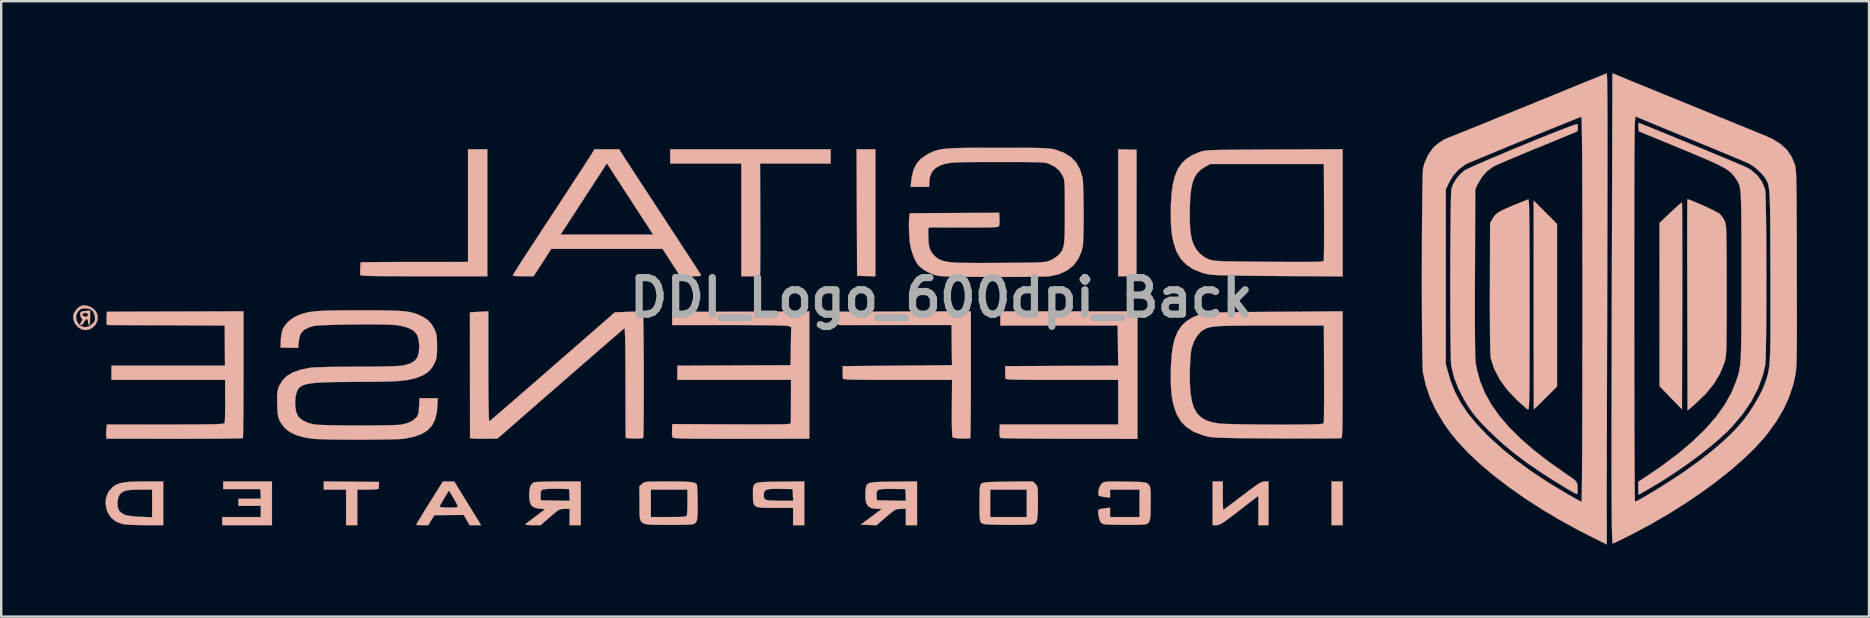
<source format=kicad_pcb>
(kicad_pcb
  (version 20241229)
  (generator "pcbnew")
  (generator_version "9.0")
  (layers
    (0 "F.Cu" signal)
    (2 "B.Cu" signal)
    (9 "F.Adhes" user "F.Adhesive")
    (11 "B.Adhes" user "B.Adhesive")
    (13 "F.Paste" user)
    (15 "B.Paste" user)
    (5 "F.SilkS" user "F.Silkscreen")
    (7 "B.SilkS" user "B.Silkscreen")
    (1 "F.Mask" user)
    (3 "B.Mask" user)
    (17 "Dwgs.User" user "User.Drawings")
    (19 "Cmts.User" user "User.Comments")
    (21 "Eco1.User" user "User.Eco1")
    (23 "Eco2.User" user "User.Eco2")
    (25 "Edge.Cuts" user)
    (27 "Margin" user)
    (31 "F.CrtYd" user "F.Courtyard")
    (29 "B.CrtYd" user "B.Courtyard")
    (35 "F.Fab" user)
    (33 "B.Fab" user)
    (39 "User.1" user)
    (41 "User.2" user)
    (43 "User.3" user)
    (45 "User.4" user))
  (footprint "DDI_Logo_600dpi_Back"
    (layer "F.Cu")
    (at 36.175 9.352)
    (property "Reference" "DDI_Logo_600dpi_Back" (at 0 0 0) (layer "F.Fab") (effects (font (size 1.524 1.524) (thickness 0.3))))
    (attr through_hole)
    (fp_poly (pts (xy 16.262 9.482) (xy 16.727 9.482) (xy 16.727 7.662) (xy 16.262 7.662) (xy 16.262 9.482)) (stroke (width 0.01) (type solid)) (fill yes) (layer "B.SilkS"))
    (fp_poly (pts (xy -3.518 -3.546) (xy -3.507 -0.91) (xy -3.127 -0.898) (xy -2.746 -0.886) (xy -2.746 -6.181) (xy -3.529 -6.181) (xy -3.518 -3.546)) (stroke (width 0.01) (type solid)) (fill yes) (layer "B.SilkS"))
    (fp_poly (pts (xy -29.924 7.821) (xy -29.924 7.979) (xy -28.379 7.979) (xy -28.366 8.181) (xy -28.353 8.382) (xy -29.289 8.382) (xy -29.289 8.678) (xy -28.358 8.678) (xy -28.358 9.144) (xy -29.966 9.144) (xy -29.966 9.482) (xy -27.892 9.482) (xy -27.892 7.662) (xy -29.924 7.662) (xy -29.924 7.821)) (stroke (width 0.01) (type solid)) (fill yes) (layer "B.SilkS"))
    (fp_poly (pts (xy -25.733 8.001) (xy -24.802 8.001) (xy -24.802 9.482) (xy -24.336 9.482) (xy -24.336 8.001) (xy -23.892 8.001) (xy -23.69 7.997) (xy -23.541 7.986) (xy -23.457 7.97) (xy -23.443 7.958) (xy -23.438 7.887) (xy -23.434 7.8) (xy -23.43 7.683) (xy -24.582 7.672) (xy -25.733 7.661) (xy -25.733 8.001)) (stroke (width 0.01) (type solid)) (fill yes) (layer "B.SilkS"))
    (fp_poly (pts (xy 7.372 -0.889) (xy 7.753 -0.889) (xy 7.921 -0.893) (xy 8.051 -0.901) (xy 8.124 -0.914) (xy 8.134 -0.921) (xy 8.134 -0.968) (xy 8.134 -1.092) (xy 8.135 -1.286) (xy 8.135 -1.543) (xy 8.135 -1.855) (xy 8.135 -2.215) (xy 8.136 -2.616) (xy 8.136 -3.05) (xy 8.137 -3.509) (xy 8.137 -3.556) (xy 8.139 -6.16) (xy 7.372 -6.184) (xy 7.372 -0.889)) (stroke (width 0.01) (type solid)) (fill yes) (layer "B.SilkS"))
    (fp_poly (pts (xy -11.297 -5.588) (xy -8.334 -5.588) (xy -8.334 -0.889) (xy -7.955 -0.889) (xy -7.785 -0.893) (xy -7.649 -0.903) (xy -7.568 -0.917) (xy -7.555 -0.924) (xy -7.551 -0.972) (xy -7.548 -1.097) (xy -7.545 -1.291) (xy -7.543 -1.545) (xy -7.541 -1.854) (xy -7.541 -2.207) (xy -7.541 -2.599) (xy -7.541 -3.02) (xy -7.542 -3.274) (xy -7.551 -5.588) (xy -6.08 -5.588) (xy -4.609 -5.588) (xy -4.609 -6.181) (xy -11.297 -6.181) (xy -11.297 -5.588)) (stroke (width 0.01) (type solid)) (fill yes) (layer "B.SilkS"))
    (fp_poly (pts (xy 24.686 0.307) (xy 24.686 0.906) (xy 24.686 1.481) (xy 24.687 2.025) (xy 24.688 2.534) (xy 24.688 3.002) (xy 24.689 3.423) (xy 24.691 3.792) (xy 24.692 4.103) (xy 24.693 4.35) (xy 24.695 4.528) (xy 24.696 4.631) (xy 24.697 4.656) (xy 24.729 4.628) (xy 24.811 4.55) (xy 24.931 4.431) (xy 25.08 4.283) (xy 25.184 4.179) (xy 25.66 3.703) (xy 25.66 -3.071) (xy 25.173 -3.556) (xy 24.686 -4.042) (xy 24.686 0.307)) (stroke (width 0.01) (type solid)) (fill yes) (layer "B.SilkS"))
    (fp_poly (pts (xy 30.826 -3.938) (xy 30.739 -3.867) (xy 30.614 -3.756) (xy 30.462 -3.616) (xy 30.385 -3.544) (xy 29.931 -3.112) (xy 29.933 0.291) (xy 29.934 3.693) (xy 30.4 4.174) (xy 30.866 4.655) (xy 30.877 0.355) (xy 30.878 -0.241) (xy 30.879 -0.813) (xy 30.879 -1.355) (xy 30.879 -1.861) (xy 30.878 -2.326) (xy 30.877 -2.745) (xy 30.876 -3.111) (xy 30.874 -3.419) (xy 30.872 -3.663) (xy 30.869 -3.838) (xy 30.866 -3.938) (xy 30.864 -3.96) (xy 30.826 -3.938)) (stroke (width 0.01) (type solid)) (fill yes) (layer "B.SilkS"))
    (fp_poly (pts (xy -19.722 -1.486) (xy -21.951 -1.484) (xy -22.377 -1.484) (xy -22.777 -1.483) (xy -23.142 -1.482) (xy -23.466 -1.48) (xy -23.74 -1.478) (xy -23.956 -1.476) (xy -24.106 -1.474) (xy -24.183 -1.472) (xy -24.192 -1.471) (xy -24.199 -1.426) (xy -24.206 -1.326) (xy -24.212 -1.197) (xy -24.216 -1.069) (xy -24.216 -0.969) (xy -24.214 -0.942) (xy -24.197 -0.931) (xy -24.143 -0.921) (xy -24.048 -0.913) (xy -23.907 -0.907) (xy -23.714 -0.901) (xy -23.464 -0.897) (xy -23.152 -0.894) (xy -22.774 -0.891) (xy -22.323 -0.89) (xy -21.794 -0.889) (xy -21.563 -0.889) (xy -18.917 -0.889) (xy -18.917 -6.181) (xy -19.722 -6.181) (xy -19.722 -1.486)) (stroke (width 0.01) (type solid)) (fill yes) (layer "B.SilkS"))
    (fp_poly (pts (xy 11.309 9.482) (xy 11.468 9.482) (xy 11.526 9.477) (xy 11.59 9.457) (xy 11.671 9.417) (xy 11.777 9.35) (xy 11.918 9.251) (xy 12.105 9.112) (xy 12.345 8.928) (xy 12.42 8.87) (xy 13.214 8.258) (xy 13.214 9.482) (xy 13.637 9.482) (xy 13.637 7.662) (xy 13.478 7.662) (xy 13.419 7.667) (xy 13.354 7.688) (xy 13.271 7.729) (xy 13.162 7.797) (xy 13.017 7.899) (xy 12.826 8.04) (xy 12.58 8.227) (xy 12.544 8.255) (xy 12.322 8.423) (xy 12.124 8.573) (xy 11.958 8.697) (xy 11.835 8.788) (xy 11.764 8.839) (xy 11.75 8.847) (xy 11.744 8.808) (xy 11.738 8.698) (xy 11.734 8.535) (xy 11.732 8.332) (xy 11.732 8.255) (xy 11.732 7.662) (xy 11.309 7.662) (xy 11.309 9.482)) (stroke (width 0.01) (type solid)) (fill yes) (layer "B.SilkS"))
    (fp_poly (pts (xy -35.671 0.558) (xy -35.795 0.572) (xy -35.858 0.6) (xy -35.883 0.654) (xy -35.886 0.67) (xy -35.87 0.78) (xy -35.833 0.842) (xy -35.79 0.908) (xy -35.809 0.97) (xy -35.828 0.997) (xy -35.885 1.09) (xy -35.875 1.135) (xy -35.835 1.143) (xy -35.78 1.107) (xy -35.726 1.022) (xy -35.724 1.016) (xy -35.671 0.928) (xy -35.616 0.889) (xy -35.613 0.889) (xy -35.568 0.927) (xy -35.554 1.016) (xy -35.542 1.105) (xy -35.513 1.143) (xy -35.512 1.143) (xy -35.49 1.103) (xy -35.475 0.998) (xy -35.47 0.846) (xy -35.47 0.844) (xy -35.47 0.719) (xy -35.554 0.719) (xy -35.586 0.787) (xy -35.665 0.803) (xy -35.761 0.766) (xy -35.798 0.713) (xy -35.767 0.663) (xy -35.683 0.636) (xy -35.658 0.635) (xy -35.576 0.656) (xy -35.554 0.719) (xy -35.47 0.719) (xy -35.47 0.545) (xy -35.671 0.558)) (stroke (width 0.01) (type solid)) (fill yes) (layer "B.SilkS"))
    (fp_poly (pts (xy -35.797 0.329) (xy -35.913 0.382) (xy -36.031 0.487) (xy -36.126 0.619) (xy -36.17 0.735) (xy -36.165 0.921) (xy -36.093 1.095) (xy -35.967 1.237) (xy -35.805 1.329) (xy -35.66 1.354) (xy -35.537 1.331) (xy -35.406 1.276) (xy -35.393 1.269) (xy -35.254 1.138) (xy -35.168 0.965) (xy -35.163 0.917) (xy -35.264 0.917) (xy -35.294 1.003) (xy -35.376 1.098) (xy -35.531 1.205) (xy -35.693 1.235) (xy -35.848 1.187) (xy -35.953 1.097) (xy -36.045 0.932) (xy -36.056 0.761) (xy -35.988 0.598) (xy -35.96 0.563) (xy -35.875 0.485) (xy -35.777 0.45) (xy -35.665 0.444) (xy -35.482 0.473) (xy -35.357 0.563) (xy -35.285 0.718) (xy -35.271 0.796) (xy -35.264 0.917) (xy -35.163 0.917) (xy -35.15 0.776) (xy -35.155 0.742) (xy -35.226 0.577) (xy -35.358 0.443) (xy -35.532 0.354) (xy -35.726 0.323) (xy -35.797 0.329)) (stroke (width 0.01) (type solid)) (fill yes) (layer "B.SilkS"))
    (fp_poly (pts (xy -21.324 8.551) (xy -21.477 8.796) (xy -21.614 9.018) (xy -21.729 9.204) (xy -21.816 9.347) (xy -21.868 9.436) (xy -21.881 9.461) (xy -21.842 9.472) (xy -21.742 9.48) (xy -21.63 9.482) (xy -21.38 9.482) (xy -21.252 9.275) (xy -21.125 9.067) (xy -20.511 9.061) (xy -19.898 9.056) (xy -19.778 9.269) (xy -19.658 9.482) (xy -19.418 9.482) (xy -19.178 9.482) (xy -19.647 8.718) (xy -20.154 8.718) (xy -20.159 8.727) (xy -20.219 8.741) (xy -20.333 8.748) (xy -20.478 8.75) (xy -20.631 8.747) (xy -20.769 8.74) (xy -20.869 8.728) (xy -20.907 8.713) (xy -20.886 8.665) (xy -20.831 8.563) (xy -20.752 8.426) (xy -20.712 8.359) (xy -20.516 8.037) (xy -20.316 8.368) (xy -20.226 8.528) (xy -20.17 8.649) (xy -20.154 8.718) (xy -19.647 8.718) (xy -19.735 8.574) (xy -20.293 7.666) (xy -20.531 7.664) (xy -20.768 7.662) (xy -21.324 8.551)) (stroke (width 0.01) (type solid)) (fill yes) (layer "B.SilkS"))
    (fp_poly (pts (xy -6.703 7.67) (xy -7.044 7.675) (xy -7.309 7.68) (xy -7.509 7.692) (xy -7.652 7.713) (xy -7.748 7.75) (xy -7.806 7.806) (xy -7.836 7.886) (xy -7.847 7.994) (xy -7.847 8.135) (xy -7.847 8.218) (xy -7.846 8.395) (xy -7.835 8.529) (xy -7.804 8.625) (xy -7.743 8.691) (xy -7.641 8.731) (xy -7.488 8.753) (xy -7.274 8.761) (xy -6.987 8.763) (xy -6.175 8.763) (xy -6.175 9.482) (xy -5.709 9.482) (xy -5.709 8.466) (xy -6.171 8.466) (xy -6.715 8.466) (xy -6.984 8.462) (xy -7.174 8.451) (xy -7.293 8.43) (xy -7.334 8.412) (xy -7.387 8.339) (xy -7.397 8.217) (xy -7.395 8.192) (xy -7.381 8.107) (xy -7.348 8.046) (xy -7.282 8.005) (xy -7.173 7.982) (xy -7.008 7.971) (xy -6.775 7.971) (xy -6.67 7.972) (xy -6.196 7.979) (xy -6.183 8.223) (xy -6.171 8.466) (xy -5.709 8.466) (xy -5.709 7.658) (xy -6.703 7.67)) (stroke (width 0.01) (type solid)) (fill yes) (layer "B.SilkS"))
    (fp_poly (pts (xy 2.461 0.868) (xy 2.461 1.164) (xy 7.351 1.164) (xy 7.362 2) (xy 7.373 2.835) (xy 5.017 2.846) (xy 2.661 2.857) (xy 2.664 3.079) (xy 2.666 3.219) (xy 2.669 3.329) (xy 2.67 3.365) (xy 2.678 3.379) (xy 2.707 3.391) (xy 2.762 3.4) (xy 2.85 3.408) (xy 2.978 3.415) (xy 3.15 3.42) (xy 3.375 3.423) (xy 3.657 3.426) (xy 4.004 3.427) (xy 4.422 3.428) (xy 4.917 3.429) (xy 5.022 3.429) (xy 7.372 3.429) (xy 7.372 5.287) (xy 4.906 5.287) (xy 2.44 5.287) (xy 2.427 5.55) (xy 2.427 5.725) (xy 2.449 5.824) (xy 2.468 5.846) (xy 2.519 5.852) (xy 2.647 5.858) (xy 2.846 5.863) (xy 3.108 5.868) (xy 3.426 5.872) (xy 3.793 5.876) (xy 4.202 5.879) (xy 4.646 5.881) (xy 5.118 5.883) (xy 5.349 5.883) (xy 8.176 5.886) (xy 8.176 3.229) (xy 8.176 0.571) (xy 2.461 0.571) (xy 2.461 0.868)) (stroke (width 0.01) (type solid)) (fill yes) (layer "B.SilkS"))
    (fp_poly (pts (xy -33.549 7.666) (xy -33.829 7.678) (xy -34.05 7.701) (xy -34.224 7.737) (xy -34.363 7.788) (xy -34.481 7.857) (xy -34.542 7.905) (xy -34.706 8.095) (xy -34.802 8.324) (xy -34.827 8.578) (xy -34.779 8.841) (xy -34.732 8.961) (xy -34.587 9.18) (xy -34.383 9.338) (xy -34.121 9.436) (xy -34.115 9.437) (xy -34.01 9.451) (xy -33.838 9.464) (xy -33.619 9.474) (xy -33.37 9.48) (xy -33.173 9.481) (xy -32.422 9.482) (xy -32.422 8.001) (xy -32.887 8.001) (xy -32.887 9.155) (xy -33.385 9.133) (xy -33.64 9.116) (xy -33.851 9.091) (xy -34.002 9.059) (xy -34.038 9.046) (xy -34.159 8.976) (xy -34.254 8.887) (xy -34.263 8.874) (xy -34.317 8.731) (xy -34.331 8.549) (xy -34.305 8.365) (xy -34.264 8.256) (xy -34.197 8.158) (xy -34.103 8.088) (xy -33.971 8.041) (xy -33.786 8.013) (xy -33.536 8.002) (xy -33.397 8.001) (xy -32.887 8.001) (xy -32.422 8.001) (xy -32.422 7.662) (xy -33.197 7.662) (xy -33.549 7.666)) (stroke (width 0.01) (type solid)) (fill yes) (layer "B.SilkS"))
    (fp_poly (pts (xy -2.004 7.67) (xy -2.341 7.675) (xy -2.603 7.681) (xy -2.8 7.692) (xy -2.942 7.712) (xy -3.037 7.745) (xy -3.097 7.794) (xy -3.13 7.864) (xy -3.147 7.958) (xy -3.156 8.08) (xy -3.159 8.118) (xy -3.162 8.378) (xy -3.126 8.568) (xy -3.045 8.697) (xy -2.911 8.773) (xy -2.72 8.803) (xy -2.647 8.805) (xy -2.477 8.805) (xy -2.916 9.133) (xy -3.355 9.461) (xy -3.027 9.474) (xy -2.699 9.486) (xy -2.304 9.145) (xy -2.136 9.003) (xy -2.016 8.907) (xy -1.927 8.848) (xy -1.851 8.818) (xy -1.773 8.807) (xy -1.692 8.805) (xy -1.476 8.805) (xy -1.476 9.482) (xy -1.01 9.482) (xy -1.01 8.469) (xy -1.472 8.469) (xy -2.077 8.457) (xy -2.683 8.445) (xy -2.695 8.244) (xy -2.697 8.142) (xy -2.678 8.068) (xy -2.628 8.019) (xy -2.536 7.99) (xy -2.388 7.975) (xy -2.175 7.972) (xy -2.004 7.973) (xy -1.497 7.979) (xy -1.472 8.469) (xy -1.01 8.469) (xy -1.01 7.658) (xy -2.004 7.67)) (stroke (width 0.01) (type solid)) (fill yes) (layer "B.SilkS"))
    (fp_poly (pts (xy -16.229 7.664) (xy -16.484 7.669) (xy -16.701 7.676) (xy -16.866 7.686) (xy -16.967 7.697) (xy -16.984 7.702) (xy -17.085 7.784) (xy -17.149 7.938) (xy -17.173 8.158) (xy -17.168 8.324) (xy -17.141 8.524) (xy -17.087 8.656) (xy -16.991 8.736) (xy -16.839 8.78) (xy -16.745 8.792) (xy -16.505 8.817) (xy -16.896 9.109) (xy -17.055 9.229) (xy -17.191 9.333) (xy -17.287 9.408) (xy -17.328 9.442) (xy -17.311 9.463) (xy -17.217 9.477) (xy -17.052 9.482) (xy -17.031 9.482) (xy -16.695 9.481) (xy -16.306 9.143) (xy -16.14 9.001) (xy -16.022 8.905) (xy -15.933 8.847) (xy -15.858 8.817) (xy -15.779 8.806) (xy -15.703 8.805) (xy -15.488 8.805) (xy -15.488 9.482) (xy -15.023 9.482) (xy -15.023 8.469) (xy -15.484 8.469) (xy -16.089 8.457) (xy -16.695 8.445) (xy -16.695 8.236) (xy -16.691 8.111) (xy -16.67 8.044) (xy -16.618 8.009) (xy -16.556 7.991) (xy -16.456 7.977) (xy -16.296 7.968) (xy -16.102 7.966) (xy -15.964 7.967) (xy -15.509 7.979) (xy -15.497 8.224) (xy -15.484 8.469) (xy -15.023 8.469) (xy -15.023 7.662) (xy -15.951 7.662) (xy -16.229 7.664)) (stroke (width 0.01) (type solid)) (fill yes) (layer "B.SilkS"))
    (fp_poly (pts (xy 31.092 -4.092) (xy 31.09 -4.049) (xy 31.089 -3.927) (xy 31.088 -3.731) (xy 31.086 -3.467) (xy 31.086 -3.14) (xy 31.085 -2.758) (xy 31.085 -2.324) (xy 31.085 -1.844) (xy 31.086 -1.324) (xy 31.087 -0.77) (xy 31.088 -0.188) (xy 31.089 0.314) (xy 31.099 4.706) (xy 31.438 4.412) (xy 31.855 4.011) (xy 32.189 3.602) (xy 32.445 3.18) (xy 32.625 2.741) (xy 32.666 2.601) (xy 32.679 2.539) (xy 32.691 2.462) (xy 32.701 2.364) (xy 32.709 2.236) (xy 32.716 2.074) (xy 32.721 1.87) (xy 32.725 1.618) (xy 32.727 1.312) (xy 32.729 0.944) (xy 32.73 0.508) (xy 32.73 -0.001) (xy 32.73 -0.335) (xy 32.729 -0.88) (xy 32.728 -1.347) (xy 32.727 -1.743) (xy 32.725 -2.073) (xy 32.722 -2.345) (xy 32.718 -2.565) (xy 32.713 -2.739) (xy 32.707 -2.875) (xy 32.699 -2.978) (xy 32.689 -3.055) (xy 32.677 -3.113) (xy 32.663 -3.158) (xy 32.649 -3.192) (xy 32.568 -3.333) (xy 32.467 -3.462) (xy 32.445 -3.484) (xy 32.378 -3.529) (xy 32.254 -3.596) (xy 32.09 -3.678) (xy 31.901 -3.768) (xy 31.702 -3.858) (xy 31.509 -3.943) (xy 31.336 -4.015) (xy 31.199 -4.067) (xy 31.113 -4.093) (xy 31.092 -4.092)) (stroke (width 0.01) (type solid)) (fill yes) (layer "B.SilkS"))
    (fp_poly (pts (xy 2.78 7.67) (xy 2.453 7.675) (xy 2.201 7.68) (xy 2.013 7.687) (xy 1.878 7.696) (xy 1.785 7.708) (xy 1.724 7.723) (xy 1.686 7.744) (xy 1.669 7.759) (xy 1.641 7.795) (xy 1.621 7.848) (xy 1.607 7.932) (xy 1.599 8.057) (xy 1.595 8.239) (xy 1.593 8.489) (xy 1.593 8.572) (xy 1.594 8.843) (xy 1.597 9.042) (xy 1.605 9.183) (xy 1.617 9.276) (xy 1.635 9.337) (xy 1.66 9.376) (xy 1.669 9.386) (xy 1.7 9.41) (xy 1.747 9.428) (xy 1.82 9.442) (xy 1.929 9.453) (xy 2.087 9.46) (xy 2.302 9.465) (xy 2.587 9.469) (xy 2.748 9.47) (xy 3.036 9.471) (xy 3.3 9.469) (xy 3.526 9.464) (xy 3.702 9.457) (xy 3.813 9.447) (xy 3.845 9.441) (xy 3.909 9.405) (xy 3.956 9.351) (xy 3.989 9.267) (xy 4.01 9.141) (xy 4.022 8.96) (xy 4.027 8.713) (xy 4.027 8.552) (xy 4.027 8.297) (xy 4.024 8.113) (xy 4.019 8.001) (xy 3.562 8.001) (xy 3.562 9.144) (xy 2.038 9.144) (xy 2.038 8.001) (xy 3.562 8.001) (xy 4.019 8.001) (xy 4.018 7.985) (xy 4.005 7.9) (xy 3.985 7.842) (xy 3.955 7.799) (xy 3.921 7.764) (xy 3.815 7.658) (xy 2.78 7.67)) (stroke (width 0.01) (type solid)) (fill yes) (layer "B.SilkS"))
    (fp_poly (pts (xy -5.593 0.575) (xy -5.651 0.577) (xy -5.786 0.578) (xy -5.991 0.58) (xy -6.259 0.582) (xy -6.582 0.584) (xy -6.953 0.585) (xy -7.365 0.587) (xy -7.81 0.588) (xy -8.281 0.589) (xy -8.45 0.589) (xy -11.213 0.592) (xy -11.213 1.143) (xy -8.845 1.143) (xy -8.309 1.143) (xy -7.829 1.146) (xy -7.409 1.149) (xy -7.054 1.154) (xy -6.768 1.161) (xy -6.555 1.168) (xy -6.418 1.177) (xy -6.366 1.185) (xy -6.255 1.227) (xy -6.268 2.021) (xy -6.281 2.815) (xy -8.641 2.826) (xy -11.001 2.837) (xy -11.001 3.429) (xy -6.261 3.429) (xy -6.265 4.338) (xy -6.268 5.247) (xy -6.401 5.271) (xy -6.468 5.275) (xy -6.611 5.279) (xy -6.822 5.282) (xy -7.094 5.284) (xy -7.417 5.285) (xy -7.783 5.285) (xy -8.185 5.285) (xy -8.614 5.284) (xy -8.871 5.282) (xy -11.206 5.27) (xy -11.22 5.517) (xy -11.222 5.662) (xy -11.213 5.777) (xy -11.2 5.824) (xy -11.183 5.836) (xy -11.144 5.847) (xy -11.077 5.856) (xy -10.977 5.863) (xy -10.836 5.869) (xy -10.651 5.874) (xy -10.415 5.878) (xy -10.122 5.88) (xy -9.767 5.882) (xy -9.343 5.883) (xy -8.846 5.884) (xy -8.332 5.883) (xy -5.498 5.882) (xy -5.498 0.564) (xy -5.593 0.575)) (stroke (width 0.01) (type solid)) (fill yes) (layer "B.SilkS"))
    (fp_poly (pts (xy 24.104 -3.951) (xy 23.814 -3.834) (xy 23.586 -3.737) (xy 23.409 -3.657) (xy 23.276 -3.588) (xy 23.177 -3.526) (xy 23.104 -3.465) (xy 23.048 -3.401) (xy 22.999 -3.329) (xy 22.97 -3.281) (xy 22.871 -3.112) (xy 22.863 -0.381) (xy 22.862 0.26) (xy 22.863 0.819) (xy 22.865 1.297) (xy 22.869 1.696) (xy 22.874 2.017) (xy 22.881 2.263) (xy 22.89 2.435) (xy 22.9 2.535) (xy 22.903 2.548) (xy 23.049 2.987) (xy 23.278 3.42) (xy 23.586 3.843) (xy 23.973 4.252) (xy 23.975 4.254) (xy 24.131 4.397) (xy 24.269 4.521) (xy 24.377 4.613) (xy 24.439 4.66) (xy 24.441 4.661) (xy 24.453 4.665) (xy 24.464 4.659) (xy 24.473 4.639) (xy 24.482 4.6) (xy 24.489 4.538) (xy 24.495 4.447) (xy 24.5 4.323) (xy 24.504 4.161) (xy 24.508 3.957) (xy 24.511 3.705) (xy 24.513 3.402) (xy 24.514 3.041) (xy 24.515 2.62) (xy 24.516 2.132) (xy 24.516 1.573) (xy 24.517 0.938) (xy 24.517 0.293) (xy 24.516 -0.439) (xy 24.516 -1.09) (xy 24.515 -1.665) (xy 24.513 -2.167) (xy 24.511 -2.6) (xy 24.509 -2.97) (xy 24.505 -3.278) (xy 24.501 -3.531) (xy 24.497 -3.731) (xy 24.491 -3.883) (xy 24.485 -3.991) (xy 24.477 -4.059) (xy 24.469 -4.091) (xy 24.464 -4.095) (xy 24.104 -3.951)) (stroke (width 0.01) (type solid)) (fill yes) (layer "B.SilkS"))
    (fp_poly (pts (xy 6.996 7.666) (xy 6.882 7.672) (xy 6.805 7.684) (xy 6.752 7.702) (xy 6.713 7.728) (xy 6.681 7.755) (xy 6.612 7.853) (xy 6.563 7.987) (xy 6.541 8.124) (xy 6.555 8.231) (xy 6.563 8.245) (xy 6.616 8.271) (xy 6.726 8.297) (xy 6.811 8.31) (xy 7.033 8.335) (xy 7.033 8.001) (xy 8.261 8.001) (xy 8.261 9.144) (xy 7.033 9.144) (xy 7.033 8.752) (xy 6.813 8.781) (xy 6.682 8.801) (xy 6.587 8.821) (xy 6.559 8.831) (xy 6.538 8.888) (xy 6.54 8.996) (xy 6.562 9.129) (xy 6.597 9.258) (xy 6.641 9.355) (xy 6.657 9.377) (xy 6.69 9.405) (xy 6.735 9.427) (xy 6.802 9.443) (xy 6.904 9.454) (xy 7.053 9.461) (xy 7.26 9.466) (xy 7.539 9.47) (xy 7.595 9.47) (xy 7.861 9.471) (xy 8.103 9.469) (xy 8.306 9.463) (xy 8.456 9.454) (xy 8.538 9.443) (xy 8.544 9.441) (xy 8.608 9.405) (xy 8.656 9.351) (xy 8.689 9.266) (xy 8.71 9.139) (xy 8.721 8.957) (xy 8.726 8.708) (xy 8.726 8.558) (xy 8.728 8.288) (xy 8.725 8.08) (xy 8.708 7.926) (xy 8.668 7.817) (xy 8.595 7.746) (xy 8.479 7.704) (xy 8.31 7.683) (xy 8.079 7.675) (xy 7.775 7.672) (xy 7.677 7.67) (xy 7.381 7.666) (xy 7.158 7.665) (xy 6.996 7.666)) (stroke (width 0.01) (type solid)) (fill yes) (layer "B.SilkS"))
    (fp_poly (pts (xy -11.693 7.662) (xy -11.93 7.664) (xy -12.106 7.667) (xy -12.232 7.674) (xy -12.318 7.685) (xy -12.377 7.702) (xy -12.421 7.725) (xy -12.46 7.756) (xy -12.466 7.761) (xy -12.582 7.861) (xy -12.576 8.573) (xy -12.576 8.836) (xy -12.573 9.042) (xy -12.558 9.197) (xy -12.523 9.309) (xy -12.457 9.384) (xy -12.351 9.431) (xy -12.197 9.456) (xy -11.985 9.466) (xy -11.705 9.469) (xy -11.413 9.47) (xy -11.128 9.471) (xy -10.868 9.469) (xy -10.647 9.465) (xy -10.476 9.458) (xy -10.37 9.449) (xy -10.343 9.443) (xy -10.274 9.409) (xy -10.223 9.365) (xy -10.189 9.298) (xy -10.167 9.195) (xy -10.155 9.045) (xy -10.151 8.834) (xy -10.152 8.574) (xy -10.155 8.335) (xy -10.161 8.123) (xy -10.166 8.001) (xy -10.578 8.001) (xy -10.578 8.505) (xy -10.58 8.709) (xy -10.585 8.885) (xy -10.594 9.015) (xy -10.603 9.077) (xy -10.623 9.101) (xy -10.668 9.119) (xy -10.75 9.131) (xy -10.881 9.139) (xy -11.072 9.143) (xy -11.335 9.144) (xy -11.365 9.144) (xy -12.102 9.144) (xy -12.102 8.001) (xy -10.578 8.001) (xy -10.166 8.001) (xy -10.168 7.953) (xy -10.177 7.841) (xy -10.183 7.807) (xy -10.21 7.763) (xy -10.261 7.729) (xy -10.345 7.703) (xy -10.471 7.684) (xy -10.649 7.672) (xy -10.888 7.665) (xy -11.197 7.662) (xy -11.382 7.662) (xy -11.693 7.662)) (stroke (width 0.01) (type solid)) (fill yes) (layer "B.SilkS"))
    (fp_poly (pts (xy -4.291 0.589) (xy -4.304 0.866) (xy -4.309 1.014) (xy -4.302 1.097) (xy -4.279 1.134) (xy -4.233 1.143) (xy -4.219 1.143) (xy -4.159 1.143) (xy -4.023 1.144) (xy -3.818 1.144) (xy -3.553 1.143) (xy -3.236 1.143) (xy -2.876 1.143) (xy -2.48 1.143) (xy -2.056 1.143) (xy -1.846 1.143) (xy 0.429 1.141) (xy 0.435 1.872) (xy 0.438 2.12) (xy 0.44 2.345) (xy 0.443 2.53) (xy 0.445 2.659) (xy 0.446 2.709) (xy 0.45 2.815) (xy -4.112 2.857) (xy -4.109 3.079) (xy -4.107 3.219) (xy -4.105 3.329) (xy -4.103 3.365) (xy -4.095 3.379) (xy -4.066 3.391) (xy -4.01 3.401) (xy -3.921 3.409) (xy -3.793 3.415) (xy -3.618 3.42) (xy -3.391 3.424) (xy -3.106 3.426) (xy -2.754 3.428) (xy -2.332 3.428) (xy -1.831 3.429) (xy -1.825 3.429) (xy 0.45 3.429) (xy 0.441 4.6) (xy 0.439 4.953) (xy 0.441 5.256) (xy 0.446 5.502) (xy 0.454 5.683) (xy 0.464 5.793) (xy 0.472 5.822) (xy 0.53 5.843) (xy 0.646 5.86) (xy 0.795 5.871) (xy 0.952 5.876) (xy 1.09 5.874) (xy 1.185 5.862) (xy 1.209 5.852) (xy 1.213 5.807) (xy 1.217 5.684) (xy 1.221 5.491) (xy 1.224 5.235) (xy 1.227 4.923) (xy 1.23 4.564) (xy 1.232 4.163) (xy 1.233 3.729) (xy 1.233 3.268) (xy 1.233 3.199) (xy 1.233 0.571) (xy -4.291 0.589)) (stroke (width 0.01) (type solid)) (fill yes) (layer "B.SilkS"))
    (fp_poly (pts (xy -34.771 0.588) (xy -34.784 0.865) (xy -34.788 1.015) (xy -34.78 1.099) (xy -34.756 1.136) (xy -34.72 1.143) (xy -34.665 1.143) (xy -34.533 1.144) (xy -34.331 1.144) (xy -34.069 1.145) (xy -33.754 1.147) (xy -33.393 1.148) (xy -32.994 1.15) (xy -32.567 1.152) (xy -32.252 1.153) (xy -29.86 1.164) (xy -29.855 2) (xy -29.849 2.836) (xy -34.581 2.836) (xy -34.581 3.429) (xy -29.845 3.429) (xy -29.841 4.29) (xy -29.841 4.555) (xy -29.843 4.794) (xy -29.848 4.993) (xy -29.854 5.137) (xy -29.862 5.214) (xy -29.863 5.219) (xy -29.875 5.234) (xy -29.902 5.246) (xy -29.952 5.256) (xy -30.03 5.265) (xy -30.143 5.272) (xy -30.297 5.277) (xy -30.499 5.281) (xy -30.754 5.284) (xy -31.071 5.286) (xy -31.454 5.287) (xy -31.91 5.288) (xy -32.33 5.288) (xy -34.771 5.289) (xy -34.792 5.47) (xy -34.802 5.614) (xy -34.801 5.743) (xy -34.798 5.766) (xy -34.783 5.881) (xy -31.959 5.883) (xy -31.478 5.883) (xy -31.021 5.882) (xy -30.597 5.881) (xy -30.212 5.878) (xy -29.873 5.875) (xy -29.587 5.872) (xy -29.361 5.868) (xy -29.203 5.864) (xy -29.118 5.859) (xy -29.106 5.857) (xy -29.101 5.81) (xy -29.096 5.686) (xy -29.092 5.493) (xy -29.088 5.236) (xy -29.084 4.924) (xy -29.082 4.564) (xy -29.079 4.163) (xy -29.078 3.728) (xy -29.077 3.267) (xy -29.077 3.199) (xy -29.077 0.571) (xy -34.771 0.588)) (stroke (width 0.01) (type solid)) (fill yes) (layer "B.SilkS"))
    (fp_poly (pts (xy -14.538 -6.039) (xy -14.559 -6.004) (xy -14.594 -5.948) (xy -14.645 -5.868) (xy -14.715 -5.76) (xy -14.806 -5.62) (xy -14.92 -5.444) (xy -15.059 -5.229) (xy -15.227 -4.972) (xy -15.426 -4.668) (xy -15.657 -4.315) (xy -15.923 -3.907) (xy -16.228 -3.443) (xy -16.572 -2.917) (xy -16.958 -2.327) (xy -17.248 -1.884) (xy -17.411 -1.634) (xy -17.558 -1.407) (xy -17.682 -1.212) (xy -17.778 -1.06) (xy -17.839 -0.959) (xy -17.859 -0.921) (xy -17.819 -0.908) (xy -17.713 -0.897) (xy -17.558 -0.891) (xy -17.425 -0.89) (xy -16.991 -0.89) (xy -16.9 -1.027) (xy -16.841 -1.117) (xy -16.749 -1.259) (xy -16.638 -1.432) (xy -16.53 -1.598) (xy -16.252 -2.032) (xy -13.933 -2.032) (xy -11.615 -2.031) (xy -11.246 -1.46) (xy -10.878 -0.889) (xy -10.429 -0.889) (xy -10.224 -0.892) (xy -10.092 -0.899) (xy -10.024 -0.913) (xy -10.008 -0.936) (xy -10.011 -0.942) (xy -10.044 -0.995) (xy -10.115 -1.104) (xy -10.214 -1.258) (xy -10.333 -1.441) (xy -10.402 -1.546) (xy -10.704 -2.009) (xy -11.013 -2.483) (xy -11.106 -2.625) (xy -12.007 -2.625) (xy -15.866 -2.625) (xy -15.183 -3.673) (xy -14.993 -3.965) (xy -14.802 -4.259) (xy -14.62 -4.539) (xy -14.455 -4.792) (xy -14.319 -5.002) (xy -14.219 -5.156) (xy -14.218 -5.158) (xy -13.935 -5.595) (xy -13.032 -4.205) (xy -12.83 -3.895) (xy -12.641 -3.603) (xy -12.469 -3.339) (xy -12.321 -3.111) (xy -12.202 -2.928) (xy -12.118 -2.797) (xy -12.072 -2.727) (xy -12.068 -2.72) (xy -12.007 -2.625) (xy -11.106 -2.625) (xy -11.323 -2.958) (xy -11.626 -3.421) (xy -11.913 -3.859) (xy -12.177 -4.263) (xy -12.41 -4.619) (xy -12.601 -4.911) (xy -12.76 -5.153) (xy -12.914 -5.39) (xy -13.054 -5.605) (xy -13.169 -5.783) (xy -13.249 -5.907) (xy -13.254 -5.916) (xy -13.422 -6.181) (xy -14.456 -6.181) (xy -14.538 -6.039)) (stroke (width 0.01) (type solid)) (fill yes) (layer "B.SilkS"))
    (fp_poly (pts (xy -19.258 0.592) (xy -19.642 0.614) (xy -19.64 3.217) (xy -19.64 3.679) (xy -19.639 4.116) (xy -19.639 4.52) (xy -19.639 4.885) (xy -19.638 5.202) (xy -19.638 5.465) (xy -19.638 5.666) (xy -19.638 5.798) (xy -19.637 5.853) (xy -19.637 5.854) (xy -19.598 5.866) (xy -19.488 5.875) (xy -19.326 5.881) (xy -19.124 5.882) (xy -19.066 5.882) (xy -18.494 5.875) (xy -15.867 3.583) (xy -15.462 3.231) (xy -15.076 2.895) (xy -14.713 2.579) (xy -14.377 2.287) (xy -14.074 2.025) (xy -13.808 1.795) (xy -13.584 1.602) (xy -13.406 1.45) (xy -13.281 1.343) (xy -13.212 1.286) (xy -13.199 1.277) (xy -13.191 1.315) (xy -13.183 1.433) (xy -13.176 1.627) (xy -13.171 1.892) (xy -13.166 2.223) (xy -13.163 2.615) (xy -13.161 3.065) (xy -13.16 3.552) (xy -13.16 3.984) (xy -13.159 4.389) (xy -13.158 4.76) (xy -13.157 5.089) (xy -13.156 5.368) (xy -13.154 5.59) (xy -13.152 5.747) (xy -13.151 5.832) (xy -13.149 5.844) (xy -13.052 5.858) (xy -12.913 5.867) (xy -12.757 5.871) (xy -12.608 5.87) (xy -12.49 5.863) (xy -12.427 5.851) (xy -12.423 5.848) (xy -12.416 5.796) (xy -12.411 5.669) (xy -12.406 5.477) (xy -12.403 5.226) (xy -12.4 4.927) (xy -12.398 4.589) (xy -12.397 4.219) (xy -12.396 3.828) (xy -12.396 3.423) (xy -12.397 3.014) (xy -12.399 2.609) (xy -12.401 2.218) (xy -12.404 1.849) (xy -12.408 1.511) (xy -12.412 1.213) (xy -12.417 0.963) (xy -12.423 0.771) (xy -12.429 0.646) (xy -12.435 0.596) (xy -12.436 0.595) (xy -12.49 0.588) (xy -12.612 0.585) (xy -12.785 0.585) (xy -12.992 0.591) (xy -13.039 0.592) (xy -13.604 0.614) (xy -16.201 2.878) (xy -16.603 3.229) (xy -16.987 3.563) (xy -17.347 3.876) (xy -17.681 4.165) (xy -17.981 4.426) (xy -18.244 4.653) (xy -18.465 4.843) (xy -18.639 4.992) (xy -18.761 5.096) (xy -18.827 5.15) (xy -18.836 5.157) (xy -18.845 5.119) (xy -18.852 5.001) (xy -18.858 4.81) (xy -18.864 4.551) (xy -18.868 4.229) (xy -18.872 3.85) (xy -18.874 3.42) (xy -18.875 2.943) (xy -18.875 2.871) (xy -18.875 0.571) (xy -19.258 0.592)) (stroke (width 0.01) (type solid)) (fill yes) (layer "B.SilkS"))
    (fp_poly (pts (xy 13.88 -6.172) (xy 13.319 -6.169) (xy 12.836 -6.166) (xy 12.425 -6.164) (xy 12.079 -6.16) (xy 11.791 -6.157) (xy 11.555 -6.153) (xy 11.365 -6.147) (xy 11.214 -6.141) (xy 11.095 -6.133) (xy 11.002 -6.123) (xy 10.928 -6.112) (xy 10.868 -6.098) (xy 10.813 -6.083) (xy 10.769 -6.068) (xy 10.472 -5.945) (xy 10.224 -5.79) (xy 10.02 -5.596) (xy 9.859 -5.356) (xy 9.736 -5.065) (xy 9.648 -4.716) (xy 9.593 -4.301) (xy 9.567 -3.816) (xy 9.564 -3.576) (xy 9.567 -3.237) (xy 9.577 -2.961) (xy 9.598 -2.726) (xy 9.631 -2.511) (xy 9.679 -2.295) (xy 9.686 -2.268) (xy 9.81 -1.905) (xy 9.989 -1.604) (xy 10.227 -1.359) (xy 10.526 -1.169) (xy 10.892 -1.027) (xy 11.048 -0.986) (xy 11.118 -0.972) (xy 11.206 -0.96) (xy 11.318 -0.949) (xy 11.462 -0.94) (xy 11.643 -0.932) (xy 11.868 -0.926) (xy 12.144 -0.92) (xy 12.477 -0.915) (xy 12.873 -0.91) (xy 13.339 -0.906) (xy 13.882 -0.902) (xy 14.029 -0.901) (xy 16.727 -0.883) (xy 16.727 -2.803) (xy 15.953 -2.803) (xy 15.952 -2.458) (xy 15.951 -2.155) (xy 15.948 -1.903) (xy 15.944 -1.711) (xy 15.94 -1.586) (xy 15.936 -1.539) (xy 15.922 -1.525) (xy 15.889 -1.514) (xy 15.829 -1.504) (xy 15.736 -1.497) (xy 15.604 -1.491) (xy 15.425 -1.488) (xy 15.194 -1.486) (xy 14.904 -1.486) (xy 14.549 -1.487) (xy 14.121 -1.489) (xy 13.663 -1.492) (xy 13.163 -1.496) (xy 12.739 -1.5) (xy 12.386 -1.504) (xy 12.095 -1.509) (xy 11.859 -1.514) (xy 11.672 -1.521) (xy 11.524 -1.529) (xy 11.41 -1.539) (xy 11.321 -1.551) (xy 11.251 -1.565) (xy 11.191 -1.581) (xy 11.182 -1.584) (xy 10.975 -1.678) (xy 10.788 -1.826) (xy 10.753 -1.862) (xy 10.626 -2.015) (xy 10.526 -2.19) (xy 10.451 -2.398) (xy 10.398 -2.648) (xy 10.367 -2.951) (xy 10.354 -3.317) (xy 10.357 -3.747) (xy 10.375 -4.164) (xy 10.412 -4.508) (xy 10.472 -4.788) (xy 10.557 -5.013) (xy 10.672 -5.192) (xy 10.82 -5.336) (xy 10.97 -5.436) (xy 11.203 -5.567) (xy 15.944 -5.567) (xy 15.952 -3.585) (xy 15.953 -3.181) (xy 15.953 -2.803) (xy 16.727 -2.803) (xy 16.727 -6.185) (xy 13.88 -6.172)) (stroke (width 0.01) (type solid)) (fill yes) (layer "B.SilkS"))
    (fp_poly (pts (xy 26.467 -7.226) (xy 26.354 -7.189) (xy 26.18 -7.126) (xy 25.952 -7.04) (xy 25.68 -6.935) (xy 25.371 -6.812) (xy 25.033 -6.677) (xy 24.676 -6.532) (xy 24.307 -6.381) (xy 23.934 -6.227) (xy 23.566 -6.074) (xy 23.21 -5.925) (xy 22.876 -5.783) (xy 22.571 -5.652) (xy 22.304 -5.535) (xy 22.082 -5.435) (xy 21.915 -5.357) (xy 21.81 -5.302) (xy 21.786 -5.287) (xy 21.611 -5.13) (xy 21.449 -4.929) (xy 21.324 -4.715) (xy 21.262 -4.551) (xy 21.254 -4.476) (xy 21.246 -4.324) (xy 21.239 -4.103) (xy 21.233 -3.821) (xy 21.227 -3.485) (xy 21.223 -3.103) (xy 21.219 -2.684) (xy 21.215 -2.234) (xy 21.213 -1.763) (xy 21.211 -1.276) (xy 21.21 -0.783) (xy 21.21 -0.291) (xy 21.211 0.192) (xy 21.213 0.658) (xy 21.215 1.1) (xy 21.218 1.509) (xy 21.222 1.879) (xy 21.227 2.2) (xy 21.233 2.466) (xy 21.24 2.668) (xy 21.247 2.8) (xy 21.251 2.837) (xy 21.362 3.304) (xy 21.538 3.769) (xy 21.787 4.25) (xy 21.798 4.269) (xy 21.954 4.525) (xy 22.108 4.75) (xy 22.275 4.965) (xy 22.471 5.189) (xy 22.711 5.44) (xy 22.82 5.549) (xy 23.305 6.007) (xy 23.833 6.451) (xy 24.414 6.889) (xy 25.059 7.331) (xy 25.575 7.658) (xy 25.864 7.835) (xy 26.089 7.972) (xy 26.257 8.07) (xy 26.376 8.136) (xy 26.453 8.173) (xy 26.495 8.184) (xy 26.511 8.174) (xy 26.512 8.172) (xy 26.516 8.098) (xy 26.517 8.022) (xy 26.517 7.887) (xy 26.509 7.787) (xy 26.483 7.708) (xy 26.428 7.635) (xy 26.335 7.555) (xy 26.193 7.454) (xy 26.003 7.325) (xy 25.297 6.826) (xy 24.672 6.339) (xy 24.124 5.862) (xy 23.652 5.391) (xy 23.252 4.922) (xy 22.922 4.452) (xy 22.658 3.979) (xy 22.459 3.497) (xy 22.322 3.006) (xy 22.275 2.751) (xy 22.265 2.657) (xy 22.256 2.508) (xy 22.249 2.302) (xy 22.244 2.034) (xy 22.24 1.702) (xy 22.237 1.302) (xy 22.236 0.831) (xy 22.235 0.285) (xy 22.236 -0.338) (xy 22.239 -1.038) (xy 22.252 -4.509) (xy 22.364 -4.749) (xy 22.532 -5.028) (xy 22.748 -5.271) (xy 22.993 -5.454) (xy 23.023 -5.471) (xy 23.106 -5.51) (xy 23.258 -5.578) (xy 23.469 -5.669) (xy 23.73 -5.78) (xy 24.031 -5.906) (xy 24.363 -6.044) (xy 24.716 -6.19) (xy 24.855 -6.247) (xy 25.205 -6.39) (xy 25.53 -6.523) (xy 25.821 -6.643) (xy 26.071 -6.747) (xy 26.271 -6.83) (xy 26.414 -6.889) (xy 26.49 -6.921) (xy 26.501 -6.926) (xy 26.519 -6.98) (xy 26.527 -7.076) (xy 26.524 -7.175) (xy 26.511 -7.232) (xy 26.467 -7.226)) (stroke (width 0.01) (type solid)) (fill yes) (layer "B.SilkS"))
    (fp_poly (pts (xy 29.05 -7.244) (xy 29.052 -7.15) (xy 29.054 -7.106) (xy 29.067 -6.93) (xy 30.797 -6.218) (xy 31.253 -6.029) (xy 31.638 -5.867) (xy 31.959 -5.729) (xy 32.222 -5.611) (xy 32.436 -5.508) (xy 32.607 -5.418) (xy 32.742 -5.336) (xy 32.848 -5.259) (xy 32.933 -5.183) (xy 33.004 -5.103) (xy 33.068 -5.017) (xy 33.071 -5.013) (xy 33.118 -4.946) (xy 33.16 -4.886) (xy 33.196 -4.829) (xy 33.227 -4.768) (xy 33.253 -4.698) (xy 33.275 -4.612) (xy 33.293 -4.507) (xy 33.308 -4.374) (xy 33.319 -4.21) (xy 33.328 -4.008) (xy 33.334 -3.762) (xy 33.339 -3.468) (xy 33.341 -3.118) (xy 33.343 -2.708) (xy 33.343 -2.231) (xy 33.343 -1.683) (xy 33.343 -1.056) (xy 33.343 -0.91) (xy 33.343 -0.265) (xy 33.343 0.301) (xy 33.342 0.795) (xy 33.341 1.222) (xy 33.338 1.59) (xy 33.334 1.902) (xy 33.328 2.167) (xy 33.321 2.39) (xy 33.311 2.576) (xy 33.299 2.733) (xy 33.284 2.865) (xy 33.266 2.98) (xy 33.245 3.083) (xy 33.22 3.18) (xy 33.192 3.278) (xy 33.159 3.382) (xy 33.144 3.429) (xy 32.94 3.94) (xy 32.656 4.451) (xy 32.29 4.964) (xy 31.842 5.477) (xy 31.311 5.992) (xy 30.698 6.51) (xy 30 7.032) (xy 29.544 7.344) (xy 29.046 7.675) (xy 29.046 7.944) (xy 29.048 8.082) (xy 29.052 8.179) (xy 29.058 8.212) (xy 29.097 8.192) (xy 29.195 8.138) (xy 29.338 8.056) (xy 29.512 7.956) (xy 29.545 7.937) (xy 30.066 7.623) (xy 30.586 7.286) (xy 31.095 6.934) (xy 31.58 6.577) (xy 32.031 6.222) (xy 32.434 5.88) (xy 32.779 5.558) (xy 32.951 5.38) (xy 33.398 4.85) (xy 33.761 4.314) (xy 34.042 3.77) (xy 34.243 3.214) (xy 34.337 2.815) (xy 34.345 2.726) (xy 34.353 2.561) (xy 34.36 2.329) (xy 34.365 2.037) (xy 34.37 1.693) (xy 34.375 1.306) (xy 34.378 0.881) (xy 34.38 0.429) (xy 34.382 -0.044) (xy 34.383 -0.531) (xy 34.383 -1.022) (xy 34.382 -1.51) (xy 34.38 -1.987) (xy 34.377 -2.446) (xy 34.374 -2.879) (xy 34.37 -3.277) (xy 34.365 -3.634) (xy 34.359 -3.941) (xy 34.352 -4.19) (xy 34.345 -4.374) (xy 34.337 -4.484) (xy 34.333 -4.508) (xy 34.207 -4.816) (xy 34.01 -5.089) (xy 33.754 -5.314) (xy 33.583 -5.415) (xy 33.512 -5.448) (xy 33.374 -5.508) (xy 33.178 -5.591) (xy 32.933 -5.694) (xy 32.646 -5.814) (xy 32.327 -5.947) (xy 31.984 -6.09) (xy 31.625 -6.238) (xy 31.259 -6.389) (xy 30.895 -6.539) (xy 30.54 -6.685) (xy 30.205 -6.822) (xy 29.896 -6.948) (xy 29.623 -7.059) (xy 29.394 -7.151) (xy 29.218 -7.221) (xy 29.102 -7.266) (xy 29.057 -7.282) (xy 29.05 -7.244)) (stroke (width 0.01) (type solid)) (fill yes) (layer "B.SilkS"))
    (fp_poly (pts (xy 13.88 0.593) (xy 13.32 0.597) (xy 12.837 0.601) (xy 12.426 0.605) (xy 12.08 0.609) (xy 11.792 0.614) (xy 11.557 0.619) (xy 11.366 0.625) (xy 11.215 0.632) (xy 11.095 0.64) (xy 11.002 0.65) (xy 10.927 0.661) (xy 10.865 0.675) (xy 10.809 0.691) (xy 10.757 0.708) (xy 10.464 0.829) (xy 10.22 0.981) (xy 10.019 1.17) (xy 9.86 1.404) (xy 9.738 1.69) (xy 9.651 2.033) (xy 9.596 2.441) (xy 9.569 2.92) (xy 9.565 3.2) (xy 9.567 3.536) (xy 9.577 3.81) (xy 9.598 4.041) (xy 9.63 4.252) (xy 9.675 4.464) (xy 9.686 4.506) (xy 9.808 4.86) (xy 9.984 5.156) (xy 10.22 5.397) (xy 10.518 5.588) (xy 10.884 5.732) (xy 11.086 5.787) (xy 11.156 5.801) (xy 11.243 5.813) (xy 11.352 5.824) (xy 11.491 5.833) (xy 11.666 5.84) (xy 11.884 5.847) (xy 12.151 5.852) (xy 12.475 5.857) (xy 12.861 5.86) (xy 13.317 5.864) (xy 13.85 5.867) (xy 13.997 5.868) (xy 14.461 5.87) (xy 14.901 5.871) (xy 15.31 5.871) (xy 15.678 5.871) (xy 16 5.87) (xy 16.268 5.868) (xy 16.474 5.865) (xy 16.611 5.862) (xy 16.672 5.858) (xy 16.674 5.858) (xy 16.686 5.836) (xy 16.695 5.777) (xy 16.704 5.677) (xy 16.71 5.53) (xy 16.716 5.331) (xy 16.72 5.074) (xy 16.723 4.755) (xy 16.725 4.369) (xy 16.727 3.953) (xy 15.953 3.953) (xy 15.953 4.3) (xy 15.951 4.605) (xy 15.949 4.859) (xy 15.945 5.054) (xy 15.941 5.181) (xy 15.937 5.231) (xy 15.921 5.245) (xy 15.88 5.257) (xy 15.807 5.267) (xy 15.696 5.275) (xy 15.54 5.281) (xy 15.332 5.285) (xy 15.065 5.288) (xy 14.733 5.29) (xy 14.328 5.291) (xy 13.939 5.291) (xy 13.523 5.29) (xy 13.12 5.287) (xy 12.742 5.283) (xy 12.398 5.278) (xy 12.098 5.271) (xy 11.855 5.263) (xy 11.677 5.255) (xy 11.593 5.248) (xy 11.289 5.196) (xy 11.035 5.112) (xy 10.827 4.99) (xy 10.662 4.824) (xy 10.536 4.607) (xy 10.447 4.334) (xy 10.389 3.997) (xy 10.36 3.592) (xy 10.357 3.112) (xy 10.358 3.048) (xy 10.368 2.77) (xy 10.383 2.514) (xy 10.403 2.298) (xy 10.425 2.142) (xy 10.432 2.11) (xy 10.524 1.84) (xy 10.654 1.607) (xy 10.809 1.429) (xy 10.877 1.377) (xy 10.948 1.332) (xy 11.019 1.294) (xy 11.097 1.263) (xy 11.189 1.236) (xy 11.302 1.215) (xy 11.445 1.199) (xy 11.623 1.186) (xy 11.844 1.177) (xy 12.115 1.171) (xy 12.445 1.167) (xy 12.839 1.165) (xy 13.305 1.164) (xy 13.7 1.164) (xy 15.944 1.164) (xy 15.952 3.167) (xy 15.953 3.573) (xy 15.953 3.953) (xy 16.727 3.953) (xy 16.727 3.909) (xy 16.727 3.372) (xy 16.727 3.203) (xy 16.727 0.571) (xy 13.88 0.593)) (stroke (width 0.01) (type solid)) (fill yes) (layer "B.SilkS"))
    (fp_poly (pts (xy 27.724 -9.343) (xy 27.652 -9.314) (xy 27.511 -9.256) (xy 27.308 -9.173) (xy 27.05 -9.068) (xy 26.748 -8.945) (xy 26.407 -8.806) (xy 26.038 -8.655) (xy 25.648 -8.496) (xy 25.244 -8.331) (xy 24.837 -8.165) (xy 24.432 -8) (xy 24.04 -7.84) (xy 23.668 -7.688) (xy 23.323 -7.548) (xy 23.016 -7.423) (xy 22.753 -7.316) (xy 22.675 -7.284) (xy 22.343 -7.149) (xy 22.032 -7.023) (xy 21.752 -6.911) (xy 21.512 -6.815) (xy 21.323 -6.74) (xy 21.193 -6.689) (xy 21.132 -6.667) (xy 20.967 -6.594) (xy 20.779 -6.477) (xy 20.599 -6.337) (xy 20.473 -6.211) (xy 20.287 -5.941) (xy 20.144 -5.625) (xy 20.077 -5.387) (xy 20.069 -5.308) (xy 20.062 -5.152) (xy 20.056 -4.926) (xy 20.05 -4.636) (xy 20.045 -4.292) (xy 20.041 -3.899) (xy 20.037 -3.465) (xy 20.034 -2.998) (xy 20.031 -2.504) (xy 20.03 -1.991) (xy 20.029 -1.466) (xy 20.028 -0.936) (xy 20.028 -0.41) (xy 20.029 0.107) (xy 20.031 0.606) (xy 20.033 1.081) (xy 20.036 1.524) (xy 20.04 1.928) (xy 20.045 2.285) (xy 20.05 2.589) (xy 20.056 2.831) (xy 20.063 3.006) (xy 20.07 3.104) (xy 20.071 3.111) (xy 20.192 3.658) (xy 20.376 4.19) (xy 20.628 4.718) (xy 20.952 5.255) (xy 21.166 5.562) (xy 21.525 6.008) (xy 21.959 6.469) (xy 22.461 6.939) (xy 23.026 7.415) (xy 23.646 7.89) (xy 24.315 8.36) (xy 25.026 8.82) (xy 25.772 9.264) (xy 26.546 9.688) (xy 26.961 9.901) (xy 27.734 10.287) (xy 27.731 8.922) (xy 27.731 8.74) (xy 27.731 8.479) (xy 27.731 8.144) (xy 27.731 7.738) (xy 27.732 7.267) (xy 27.733 6.737) (xy 27.734 6.151) (xy 27.736 5.514) (xy 27.737 4.833) (xy 27.739 4.111) (xy 27.741 3.354) (xy 27.743 2.566) (xy 27.745 1.752) (xy 27.747 0.918) (xy 27.748 0.486) (xy 26.718 0.486) (xy 26.718 1.304) (xy 26.717 2.099) (xy 26.716 2.866) (xy 26.715 3.602) (xy 26.714 4.303) (xy 26.712 4.965) (xy 26.71 5.583) (xy 26.708 6.154) (xy 26.705 6.672) (xy 26.703 7.135) (xy 26.7 7.538) (xy 26.697 7.877) (xy 26.694 8.147) (xy 26.69 8.346) (xy 26.687 8.467) (xy 26.683 8.509) (xy 26.637 8.488) (xy 26.53 8.432) (xy 26.377 8.348) (xy 26.191 8.242) (xy 26.059 8.166) (xy 25.289 7.701) (xy 24.594 7.242) (xy 23.962 6.782) (xy 23.387 6.315) (xy 22.857 5.833) (xy 22.714 5.694) (xy 22.287 5.243) (xy 21.932 4.808) (xy 21.643 4.377) (xy 21.411 3.939) (xy 21.228 3.482) (xy 21.141 3.195) (xy 21.024 2.772) (xy 21.024 -0.868) (xy 21.024 -4.509) (xy 21.164 -4.805) (xy 21.337 -5.092) (xy 21.561 -5.341) (xy 21.816 -5.532) (xy 21.914 -5.584) (xy 22.002 -5.624) (xy 22.156 -5.689) (xy 22.366 -5.778) (xy 22.624 -5.885) (xy 22.923 -6.009) (xy 23.253 -6.146) (xy 23.606 -6.292) (xy 23.975 -6.444) (xy 24.351 -6.598) (xy 24.725 -6.751) (xy 25.089 -6.9) (xy 25.435 -7.041) (xy 25.755 -7.171) (xy 26.041 -7.287) (xy 26.283 -7.384) (xy 26.474 -7.46) (xy 26.605 -7.512) (xy 26.669 -7.535) (xy 26.673 -7.536) (xy 26.679 -7.503) (xy 26.685 -7.403) (xy 26.69 -7.234) (xy 26.695 -6.997) (xy 26.699 -6.688) (xy 26.703 -6.308) (xy 26.706 -5.854) (xy 26.709 -5.326) (xy 26.711 -4.721) (xy 26.713 -4.04) (xy 26.715 -3.28) (xy 26.716 -2.441) (xy 26.717 -1.52) (xy 26.718 -0.518) (xy 26.718 0.486) (xy 27.748 0.486) (xy 27.749 0.068) (xy 27.752 -0.793) (xy 27.752 -0.905) (xy 27.755 -1.932) (xy 27.758 -2.879) (xy 27.76 -3.746) (xy 27.761 -4.538) (xy 27.762 -5.257) (xy 27.763 -5.906) (xy 27.763 -6.488) (xy 27.763 -7.006) (xy 27.762 -7.464) (xy 27.76 -7.863) (xy 27.759 -8.208) (xy 27.756 -8.501) (xy 27.753 -8.744) (xy 27.75 -8.942) (xy 27.746 -9.096) (xy 27.741 -9.211) (xy 27.736 -9.288) (xy 27.73 -9.331) (xy 27.724 -9.343) (xy 27.724 -9.343)) (stroke (width 0.01) (type solid)) (fill yes) (layer "B.SilkS"))
    (fp_poly (pts (xy -24.711 0.53) (xy -25.116 0.532) (xy -25.454 0.538) (xy -25.736 0.547) (xy -25.971 0.561) (xy -26.167 0.579) (xy -26.334 0.603) (xy -26.481 0.634) (xy -26.617 0.672) (xy -26.753 0.717) (xy -26.788 0.73) (xy -27.016 0.846) (xy -27.22 1.008) (xy -27.378 1.195) (xy -27.449 1.331) (xy -27.487 1.473) (xy -27.515 1.655) (xy -27.525 1.798) (xy -27.532 2.083) (xy -26.801 2.095) (xy -26.78 1.859) (xy -26.743 1.633) (xy -26.671 1.466) (xy -26.551 1.343) (xy -26.371 1.25) (xy -26.155 1.183) (xy -26.059 1.169) (xy -25.891 1.157) (xy -25.663 1.146) (xy -25.387 1.136) (xy -25.075 1.129) (xy -24.739 1.123) (xy -24.392 1.119) (xy -24.045 1.117) (xy -23.71 1.117) (xy -23.401 1.119) (xy -23.129 1.124) (xy -22.906 1.132) (xy -22.744 1.142) (xy -22.709 1.145) (xy -22.507 1.18) (xy -22.305 1.232) (xy -22.146 1.29) (xy -21.972 1.396) (xy -21.853 1.538) (xy -21.783 1.727) (xy -21.756 1.978) (xy -21.755 2.046) (xy -21.773 2.302) (xy -21.835 2.497) (xy -21.95 2.641) (xy -22.127 2.744) (xy -22.376 2.817) (xy -22.451 2.832) (xy -22.563 2.845) (xy -22.754 2.855) (xy -23.015 2.864) (xy -23.339 2.871) (xy -23.721 2.876) (xy -24.151 2.878) (xy -24.346 2.878) (xy -24.75 2.88) (xy -25.131 2.883) (xy -25.476 2.888) (xy -25.777 2.896) (xy -26.023 2.904) (xy -26.203 2.914) (xy -26.296 2.923) (xy -26.688 3.001) (xy -27.007 3.111) (xy -27.259 3.257) (xy -27.451 3.443) (xy -27.589 3.674) (xy -27.618 3.743) (xy -27.65 3.846) (xy -27.67 3.964) (xy -27.678 4.117) (xy -27.677 4.323) (xy -27.673 4.454) (xy -27.664 4.679) (xy -27.652 4.84) (xy -27.633 4.959) (xy -27.602 5.056) (xy -27.557 5.153) (xy -27.532 5.2) (xy -27.375 5.418) (xy -27.162 5.593) (xy -26.888 5.728) (xy -26.546 5.826) (xy -26.213 5.88) (xy -26.078 5.891) (xy -25.872 5.9) (xy -25.608 5.908) (xy -25.297 5.914) (xy -24.954 5.918) (xy -24.588 5.92) (xy -24.213 5.92) (xy -23.841 5.919) (xy -23.484 5.916) (xy -23.154 5.912) (xy -22.864 5.905) (xy -22.625 5.897) (xy -22.449 5.887) (xy -22.369 5.879) (xy -21.977 5.8) (xy -21.658 5.686) (xy -21.409 5.532) (xy -21.223 5.333) (xy -21.096 5.083) (xy -21.022 4.78) (xy -21.002 4.575) (xy -20.98 4.191) (xy -21.745 4.191) (xy -21.76 4.526) (xy -21.775 4.724) (xy -21.803 4.861) (xy -21.847 4.958) (xy -21.862 4.979) (xy -22.023 5.125) (xy -22.254 5.234) (xy -22.5 5.293) (xy -22.61 5.304) (xy -22.792 5.312) (xy -23.034 5.319) (xy -23.325 5.324) (xy -23.65 5.328) (xy -23.999 5.33) (xy -24.359 5.329) (xy -24.717 5.328) (xy -25.062 5.324) (xy -25.381 5.319) (xy -25.661 5.312) (xy -25.891 5.304) (xy -26.058 5.294) (xy -26.134 5.286) (xy -26.39 5.22) (xy -26.609 5.117) (xy -26.771 4.986) (xy -26.799 4.952) (xy -26.871 4.8) (xy -26.913 4.596) (xy -26.926 4.367) (xy -26.91 4.14) (xy -26.864 3.942) (xy -26.8 3.813) (xy -26.744 3.748) (xy -26.676 3.694) (xy -26.588 3.648) (xy -26.474 3.611) (xy -26.326 3.581) (xy -26.137 3.558) (xy -25.9 3.54) (xy -25.608 3.528) (xy -25.254 3.519) (xy -24.83 3.514) (xy -24.331 3.511) (xy -24.235 3.51) (xy -23.772 3.508) (xy -23.383 3.503) (xy -23.059 3.496) (xy -22.79 3.486) (xy -22.567 3.472) (xy -22.379 3.453) (xy -22.216 3.428) (xy -22.069 3.398) (xy -21.928 3.361) (xy -21.878 3.346) (xy -21.594 3.235) (xy -21.377 3.091) (xy -21.212 2.902) (xy -21.134 2.765) (xy -21.081 2.65) (xy -21.046 2.55) (xy -21.026 2.44) (xy -21.016 2.298) (xy -21.013 2.102) (xy -21.013 2.032) (xy -21.015 1.807) (xy -21.024 1.644) (xy -21.043 1.522) (xy -21.075 1.416) (xy -21.11 1.333) (xy -21.24 1.105) (xy -21.403 0.932) (xy -21.621 0.791) (xy -21.684 0.759) (xy -21.803 0.706) (xy -21.922 0.661) (xy -22.049 0.624) (xy -22.194 0.595) (xy -22.365 0.572) (xy -22.571 0.555) (xy -22.822 0.543) (xy -23.124 0.536) (xy -23.489 0.531) (xy -23.924 0.529) (xy -24.23 0.529) (xy -24.711 0.53)) (stroke (width 0.01) (type solid)) (fill yes) (layer "B.SilkS"))
    (fp_poly (pts (xy 1.84 -6.244) (xy 1.401 -6.243) (xy 1.031 -6.239) (xy 0.722 -6.234) (xy 0.465 -6.224) (xy 0.253 -6.211) (xy 0.079 -6.193) (xy -0.067 -6.169) (xy -0.192 -6.138) (xy -0.304 -6.101) (xy -0.411 -6.055) (xy -0.521 -6.001) (xy -0.601 -5.958) (xy -0.848 -5.79) (xy -1.032 -5.578) (xy -1.16 -5.314) (xy -1.236 -4.988) (xy -1.248 -4.886) (xy -1.276 -4.615) (xy -0.502 -4.615) (xy -0.502 -4.769) (xy -0.473 -5.035) (xy -0.384 -5.247) (xy -0.229 -5.408) (xy -0.006 -5.524) (xy 0.171 -5.576) (xy 0.257 -5.594) (xy 0.351 -5.609) (xy 0.461 -5.621) (xy 0.597 -5.631) (xy 0.766 -5.638) (xy 0.977 -5.644) (xy 1.239 -5.647) (xy 1.56 -5.65) (xy 1.948 -5.651) (xy 2.397 -5.651) (xy 2.854 -5.651) (xy 3.234 -5.65) (xy 3.545 -5.649) (xy 3.795 -5.645) (xy 3.993 -5.641) (xy 4.146 -5.634) (xy 4.262 -5.626) (xy 4.35 -5.615) (xy 4.416 -5.601) (xy 4.47 -5.584) (xy 4.49 -5.577) (xy 4.746 -5.444) (xy 4.934 -5.274) (xy 5.05 -5.092) (xy 5.077 -5.033) (xy 5.1 -4.976) (xy 5.117 -4.91) (xy 5.129 -4.826) (xy 5.138 -4.712) (xy 5.144 -4.56) (xy 5.147 -4.358) (xy 5.149 -4.096) (xy 5.149 -3.766) (xy 5.149 -3.578) (xy 5.149 -3.178) (xy 5.146 -2.853) (xy 5.14 -2.594) (xy 5.129 -2.389) (xy 5.112 -2.231) (xy 5.088 -2.108) (xy 5.056 -2.011) (xy 5.013 -1.931) (xy 4.959 -1.857) (xy 4.912 -1.801) (xy 4.801 -1.703) (xy 4.653 -1.605) (xy 4.567 -1.561) (xy 4.513 -1.538) (xy 4.461 -1.518) (xy 4.402 -1.502) (xy 4.328 -1.489) (xy 4.232 -1.478) (xy 4.104 -1.47) (xy 3.938 -1.464) (xy 3.724 -1.459) (xy 3.455 -1.456) (xy 3.122 -1.452) (xy 2.717 -1.449) (xy 2.44 -1.447) (xy 1.94 -1.444) (xy 1.517 -1.443) (xy 1.163 -1.445) (xy 0.87 -1.45) (xy 0.631 -1.458) (xy 0.437 -1.471) (xy 0.281 -1.488) (xy 0.155 -1.511) (xy 0.051 -1.539) (xy -0.039 -1.574) (xy -0.122 -1.615) (xy -0.136 -1.623) (xy -0.271 -1.728) (xy -0.391 -1.873) (xy -0.41 -1.904) (xy -0.465 -2.008) (xy -0.5 -2.115) (xy -0.522 -2.248) (xy -0.535 -2.433) (xy -0.538 -2.507) (xy -0.543 -2.704) (xy -0.54 -2.83) (xy -0.527 -2.899) (xy -0.502 -2.923) (xy -0.497 -2.923) (xy -0.442 -2.924) (xy -0.313 -2.924) (xy -0.119 -2.924) (xy 0.127 -2.923) (xy 0.417 -2.923) (xy 0.739 -2.922) (xy 0.966 -2.921) (xy 1.355 -2.921) (xy 1.668 -2.921) (xy 1.912 -2.924) (xy 2.097 -2.928) (xy 2.23 -2.935) (xy 2.319 -2.945) (xy 2.373 -2.957) (xy 2.4 -2.974) (xy 2.405 -2.98) (xy 2.422 -3.054) (xy 2.429 -3.181) (xy 2.426 -3.288) (xy 2.412 -3.535) (xy 0.585 -3.526) (xy 0.198 -3.524) (xy -0.163 -3.523) (xy -0.49 -3.521) (xy -0.774 -3.519) (xy -1.005 -3.518) (xy -1.176 -3.517) (xy -1.275 -3.516) (xy -1.298 -3.516) (xy -1.321 -3.475) (xy -1.336 -3.366) (xy -1.345 -3.204) (xy -1.347 -3.004) (xy -1.343 -2.783) (xy -1.331 -2.555) (xy -1.313 -2.337) (xy -1.299 -2.223) (xy -1.257 -2.021) (xy -1.186 -1.8) (xy -1.099 -1.589) (xy -1.007 -1.418) (xy -0.96 -1.353) (xy -0.803 -1.211) (xy -0.59 -1.077) (xy -0.352 -0.97) (xy -0.324 -0.961) (xy -0.262 -0.94) (xy -0.199 -0.924) (xy -0.128 -0.91) (xy -0.041 -0.898) (xy 0.07 -0.889) (xy 0.212 -0.882) (xy 0.393 -0.876) (xy 0.621 -0.872) (xy 0.903 -0.869) (xy 1.248 -0.867) (xy 1.662 -0.865) (xy 2.122 -0.863) (xy 2.552 -0.862) (xy 2.963 -0.862) (xy 3.345 -0.864) (xy 3.69 -0.867) (xy 3.989 -0.871) (xy 4.232 -0.876) (xy 4.41 -0.881) (xy 4.516 -0.888) (xy 4.529 -0.889) (xy 4.916 -0.981) (xy 5.24 -1.13) (xy 5.502 -1.336) (xy 5.703 -1.6) (xy 5.843 -1.923) (xy 5.893 -2.124) (xy 5.907 -2.238) (xy 5.917 -2.423) (xy 5.925 -2.663) (xy 5.93 -2.945) (xy 5.933 -3.255) (xy 5.933 -3.578) (xy 5.931 -3.901) (xy 5.926 -4.21) (xy 5.918 -4.489) (xy 5.909 -4.726) (xy 5.897 -4.906) (xy 5.883 -5.011) (xy 5.78 -5.35) (xy 5.623 -5.629) (xy 5.407 -5.853) (xy 5.128 -6.028) (xy 4.778 -6.16) (xy 4.743 -6.17) (xy 4.674 -6.187) (xy 4.596 -6.201) (xy 4.503 -6.213) (xy 4.386 -6.222) (xy 4.237 -6.23) (xy 4.048 -6.235) (xy 3.813 -6.239) (xy 3.522 -6.242) (xy 3.168 -6.244) (xy 2.743 -6.244) (xy 2.355 -6.244) (xy 1.84 -6.244)) (stroke (width 0.01) (type solid)) (fill yes) (layer "B.SilkS"))
    (fp_poly (pts (xy 27.946 -0.874) (xy 27.943 0.292) (xy 27.94 1.377) (xy 27.938 2.382) (xy 27.936 3.312) (xy 27.935 4.168) (xy 27.934 4.953) (xy 27.933 5.671) (xy 27.933 6.324) (xy 27.933 6.915) (xy 27.934 7.446) (xy 27.935 7.921) (xy 27.936 8.342) (xy 27.938 8.713) (xy 27.941 9.035) (xy 27.944 9.313) (xy 27.947 9.548) (xy 27.951 9.743) (xy 27.955 9.902) (xy 27.96 10.027) (xy 27.966 10.12) (xy 27.972 10.186) (xy 27.978 10.226) (xy 27.985 10.243) (xy 27.988 10.244) (xy 28.036 10.226) (xy 28.148 10.174) (xy 28.311 10.096) (xy 28.514 9.996) (xy 28.744 9.88) (xy 28.802 9.85) (xy 29.548 9.453) (xy 30.278 9.031) (xy 30.983 8.589) (xy 31.657 8.134) (xy 32.291 7.671) (xy 32.879 7.205) (xy 33.411 6.743) (xy 33.881 6.29) (xy 34.281 5.852) (xy 34.44 5.657) (xy 34.805 5.148) (xy 35.099 4.653) (xy 35.326 4.158) (xy 35.495 3.647) (xy 35.569 3.336) (xy 35.584 3.262) (xy 35.598 3.191) (xy 35.609 3.116) (xy 35.619 3.033) (xy 35.628 2.935) (xy 35.635 2.818) (xy 35.641 2.676) (xy 35.646 2.503) (xy 35.649 2.294) (xy 35.652 2.043) (xy 35.654 1.746) (xy 35.655 1.395) (xy 35.655 0.986) (xy 35.655 0.825) (xy 34.555 0.825) (xy 34.554 1.262) (xy 34.552 1.639) (xy 34.548 1.961) (xy 34.542 2.235) (xy 34.533 2.468) (xy 34.522 2.664) (xy 34.507 2.83) (xy 34.489 2.973) (xy 34.467 3.098) (xy 34.441 3.211) (xy 34.41 3.319) (xy 34.374 3.428) (xy 34.334 3.543) (xy 34.292 3.657) (xy 34.189 3.897) (xy 34.042 4.179) (xy 33.864 4.481) (xy 33.669 4.782) (xy 33.468 5.059) (xy 33.379 5.172) (xy 33.034 5.557) (xy 32.615 5.962) (xy 32.126 6.383) (xy 31.573 6.814) (xy 30.964 7.25) (xy 30.697 7.43) (xy 30.452 7.59) (xy 30.193 7.756) (xy 29.93 7.92) (xy 29.676 8.076) (xy 29.441 8.218) (xy 29.235 8.338) (xy 29.07 8.43) (xy 28.956 8.488) (xy 28.909 8.505) (xy 28.906 8.464) (xy 28.902 8.342) (xy 28.899 8.144) (xy 28.896 7.873) (xy 28.894 7.534) (xy 28.891 7.131) (xy 28.889 6.668) (xy 28.886 6.149) (xy 28.884 5.579) (xy 28.882 4.96) (xy 28.881 4.298) (xy 28.88 3.597) (xy 28.878 2.86) (xy 28.878 2.092) (xy 28.877 1.297) (xy 28.877 0.479) (xy 28.877 0.464) (xy 28.877 -0.506) (xy 28.877 -1.396) (xy 28.877 -2.207) (xy 28.878 -2.944) (xy 28.878 -3.611) (xy 28.879 -4.211) (xy 28.88 -4.747) (xy 28.881 -5.223) (xy 28.883 -5.642) (xy 28.885 -6.008) (xy 28.887 -6.325) (xy 28.889 -6.596) (xy 28.893 -6.824) (xy 28.896 -7.013) (xy 28.9 -7.167) (xy 28.905 -7.289) (xy 28.91 -7.382) (xy 28.915 -7.45) (xy 28.922 -7.497) (xy 28.929 -7.526) (xy 28.937 -7.541) (xy 28.945 -7.544) (xy 28.951 -7.542) (xy 29.003 -7.519) (xy 29.126 -7.467) (xy 29.313 -7.389) (xy 29.556 -7.288) (xy 29.849 -7.167) (xy 30.185 -7.029) (xy 30.555 -6.876) (xy 30.952 -6.713) (xy 31.269 -6.583) (xy 31.686 -6.411) (xy 32.084 -6.247) (xy 32.455 -6.094) (xy 32.791 -5.954) (xy 33.084 -5.832) (xy 33.328 -5.729) (xy 33.514 -5.651) (xy 33.635 -5.598) (xy 33.677 -5.579) (xy 33.831 -5.481) (xy 34.004 -5.341) (xy 34.169 -5.183) (xy 34.298 -5.032) (xy 34.334 -4.979) (xy 34.37 -4.919) (xy 34.402 -4.864) (xy 34.43 -4.806) (xy 34.453 -4.74) (xy 34.474 -4.661) (xy 34.491 -4.564) (xy 34.505 -4.441) (xy 34.516 -4.288) (xy 34.526 -4.099) (xy 34.533 -3.869) (xy 34.538 -3.591) (xy 34.542 -3.26) (xy 34.545 -2.871) (xy 34.548 -2.417) (xy 34.549 -1.893) (xy 34.551 -1.293) (xy 34.552 -0.908) (xy 34.553 -0.254) (xy 34.554 0.322) (xy 34.555 0.825) (xy 35.655 0.825) (xy 35.655 0.514) (xy 35.654 -0.028) (xy 35.653 -0.644) (xy 35.652 -1.201) (xy 35.651 -1.884) (xy 35.65 -2.486) (xy 35.648 -3.015) (xy 35.646 -3.475) (xy 35.644 -3.872) (xy 35.642 -4.21) (xy 35.638 -4.496) (xy 35.634 -4.733) (xy 35.63 -4.929) (xy 35.624 -5.087) (xy 35.618 -5.214) (xy 35.61 -5.314) (xy 35.601 -5.393) (xy 35.591 -5.456) (xy 35.579 -5.508) (xy 35.566 -5.555) (xy 35.563 -5.564) (xy 35.429 -5.885) (xy 35.234 -6.162) (xy 34.973 -6.402) (xy 34.641 -6.608) (xy 34.338 -6.747) (xy 34.217 -6.796) (xy 34.028 -6.872) (xy 33.784 -6.972) (xy 33.495 -7.09) (xy 33.172 -7.221) (xy 32.828 -7.362) (xy 32.473 -7.507) (xy 32.454 -7.514) (xy 32.076 -7.669) (xy 31.689 -7.827) (xy 31.307 -7.983) (xy 30.947 -8.13) (xy 30.621 -8.263) (xy 30.347 -8.375) (xy 30.168 -8.447) (xy 29.862 -8.572) (xy 29.516 -8.713) (xy 29.165 -8.857) (xy 28.842 -8.989) (xy 28.686 -9.053) (xy 27.967 -9.347) (xy 27.946 -0.874)) (stroke (width 0.01) (type solid)) (fill yes) (layer "B.SilkS")))
  (gr_rect
    (start -3 -3)
    (end 74.835 22.645)
    (stroke (width 0.1) (type default))
    (fill no)
    (layer "Edge.Cuts")))
</source>
